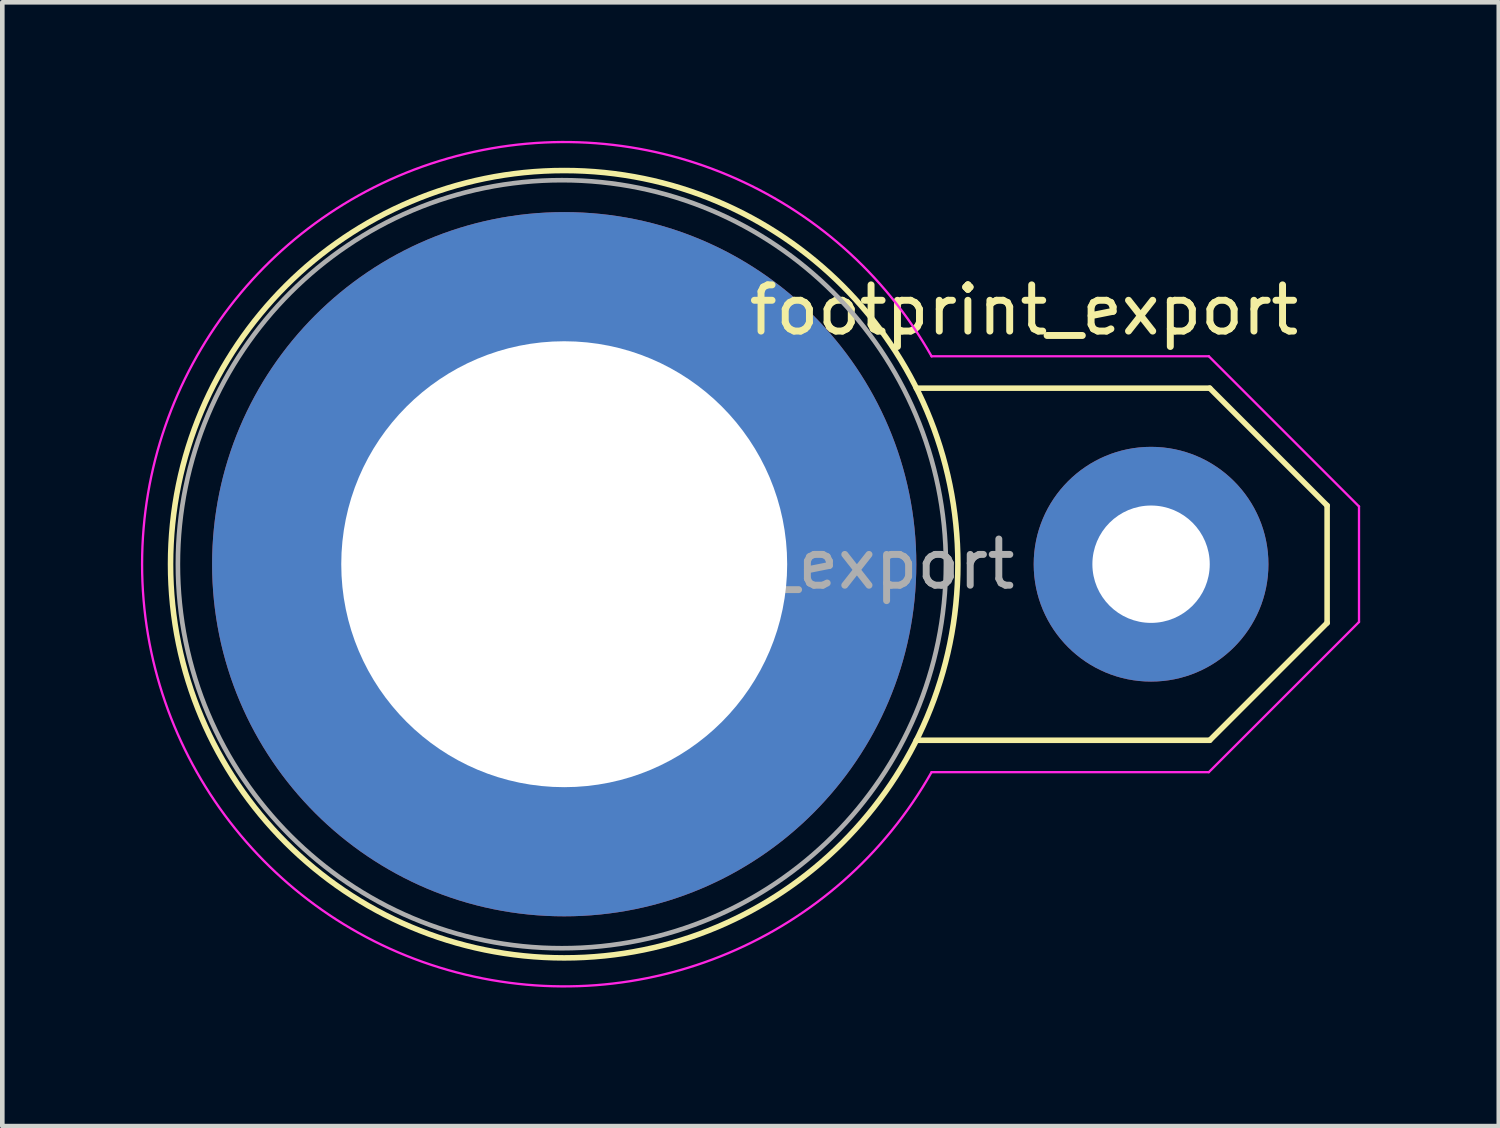
<source format=kicad_pcb>
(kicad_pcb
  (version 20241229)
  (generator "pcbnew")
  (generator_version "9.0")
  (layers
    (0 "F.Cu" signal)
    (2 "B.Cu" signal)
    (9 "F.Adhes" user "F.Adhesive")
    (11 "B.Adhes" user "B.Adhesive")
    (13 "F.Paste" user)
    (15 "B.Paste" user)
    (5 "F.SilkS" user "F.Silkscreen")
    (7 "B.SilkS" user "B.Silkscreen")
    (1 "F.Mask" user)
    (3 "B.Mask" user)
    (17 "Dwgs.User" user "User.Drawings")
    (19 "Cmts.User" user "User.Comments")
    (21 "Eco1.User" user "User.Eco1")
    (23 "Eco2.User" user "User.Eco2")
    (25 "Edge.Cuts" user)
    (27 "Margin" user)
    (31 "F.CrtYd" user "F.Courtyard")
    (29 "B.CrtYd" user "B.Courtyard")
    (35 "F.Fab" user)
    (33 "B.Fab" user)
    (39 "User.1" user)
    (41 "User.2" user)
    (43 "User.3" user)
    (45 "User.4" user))
  (footprint "footprint_export"
    (layer "F.Cu")
    (at 21.86 9.16)
    (property "Reference" "footprint_export" (at -2.75 -5.5 0) (layer "F.SilkS") (effects (font (size 1 1) (thickness 0.15))))
    (attr through_hole)
    (fp_line (start -5.08 3.81) (end 1.27 3.81) (stroke (width 0.12) (type solid)) (layer "F.SilkS"))
    (fp_line (start 1.27 -3.81) (end -5.08 -3.81) (stroke (width 0.12) (type solid)) (layer "F.SilkS"))
    (fp_line (start 1.27 3.81) (end 3.81 1.27) (stroke (width 0.12) (type solid)) (layer "F.SilkS"))
    (fp_line (start 3.81 -1.27) (end 1.27 -3.81) (stroke (width 0.12) (type solid)) (layer "F.SilkS"))
    (fp_line (start 3.81 1.27) (end 3.81 -1.27) (stroke (width 0.12) (type solid)) (layer "F.SilkS"))
    (fp_circle (center -12.7 0) (end -5.08 3.81) (stroke (width 0.12) (type solid)) (fill no) (layer "F.SilkS"))
    (fp_line (start -4.75 -4.5) (end 1.25 -4.5) (stroke (width 0.05) (type solid)) (layer "F.CrtYd"))
    (fp_line (start 1.25 -4.5) (end 4.5 -1.25) (stroke (width 0.05) (type solid)) (layer "F.CrtYd"))
    (fp_line (start 1.25 4.5) (end -4.75 4.5) (stroke (width 0.05) (type solid)) (layer "F.CrtYd"))
    (fp_line (start 4.5 -1.25) (end 4.5 1.25) (stroke (width 0.05) (type solid)) (layer "F.CrtYd"))
    (fp_line (start 4.5 1.25) (end 1.25 4.5) (stroke (width 0.05) (type solid)) (layer "F.CrtYd"))
    (fp_arc (start -4.75 4.5) (mid -21.835234 -0.001833) (end -4.748194 -4.496809) (stroke (width 0.05) (type solid)) (layer "F.CrtYd"))
    (fp_circle (center -12.75 0) (end -6.75 5.75) (stroke (width 0.1) (type solid)) (fill no) (layer "F.Fab"))
    (fp_text user "${REFERENCE}" (at -8.89 0 0) (layer "F.Fab") (effects (font (size 1 1) (thickness 0.15))))
    (pad "1" thru_hole circle (at 0 0) (size 5.08 5.08) (drill 2.54) (layers "*.Cu" "*.Mask"))
    (pad "2" thru_hole circle (at -12.7 0) (size 15.24 15.24) (drill 9.65) (layers "*.Cu" "*.Mask")))
  (gr_rect
    (start -3 -3)
    (end 29.385 21.32)
    (stroke (width 0.1) (type default))
    (fill no)
    (layer "Edge.Cuts")))
</source>
